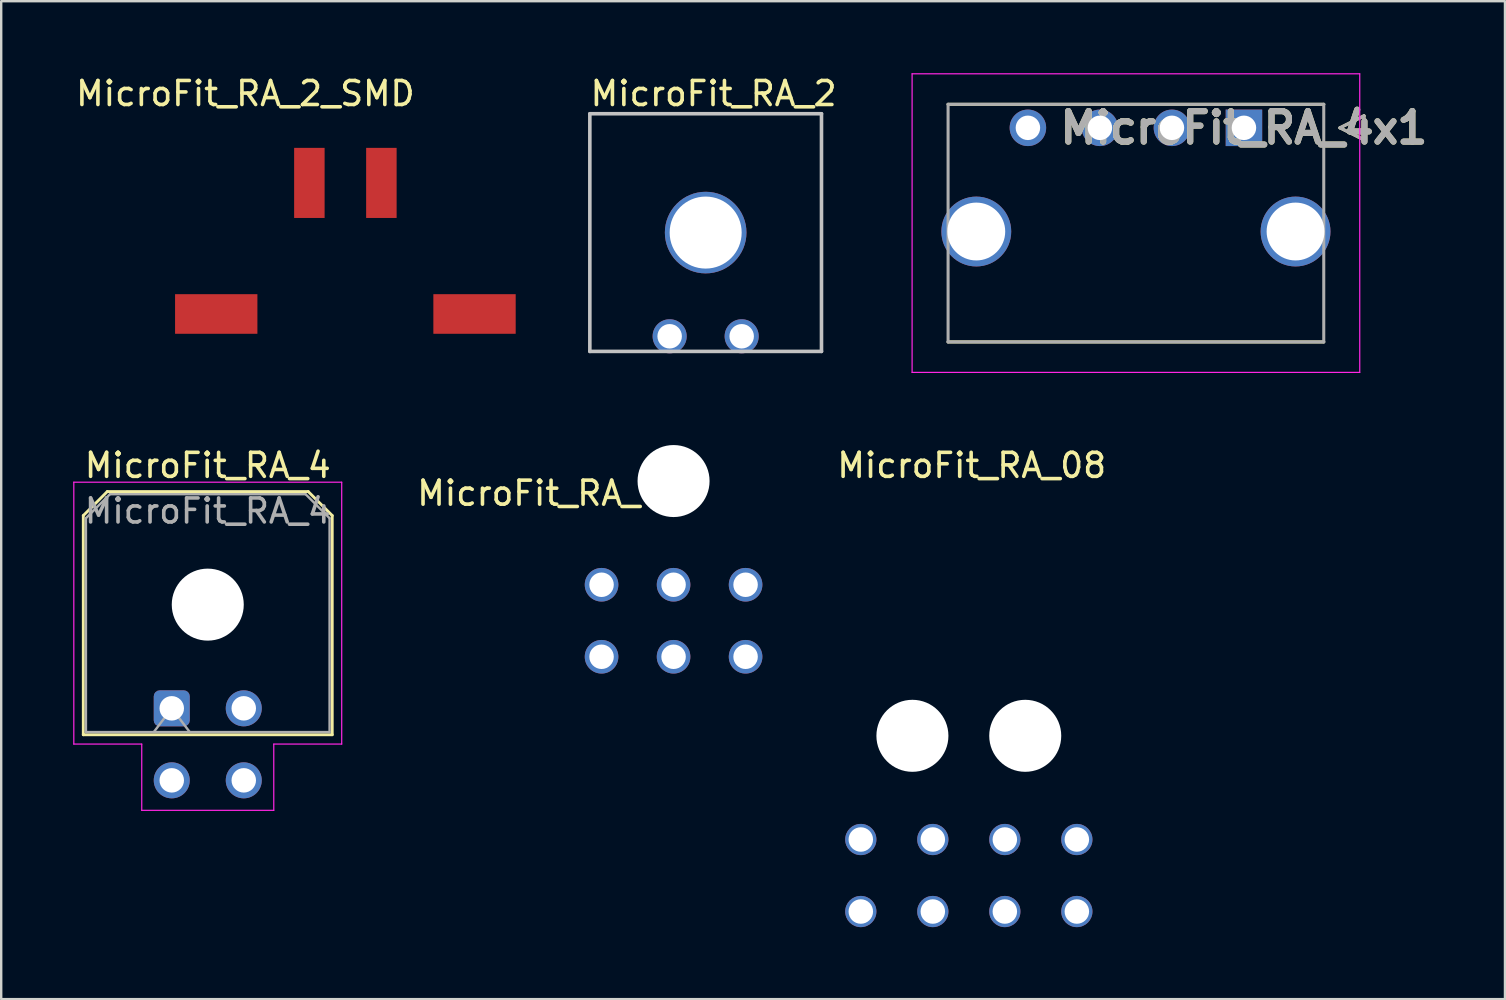
<source format=kicad_pcb>
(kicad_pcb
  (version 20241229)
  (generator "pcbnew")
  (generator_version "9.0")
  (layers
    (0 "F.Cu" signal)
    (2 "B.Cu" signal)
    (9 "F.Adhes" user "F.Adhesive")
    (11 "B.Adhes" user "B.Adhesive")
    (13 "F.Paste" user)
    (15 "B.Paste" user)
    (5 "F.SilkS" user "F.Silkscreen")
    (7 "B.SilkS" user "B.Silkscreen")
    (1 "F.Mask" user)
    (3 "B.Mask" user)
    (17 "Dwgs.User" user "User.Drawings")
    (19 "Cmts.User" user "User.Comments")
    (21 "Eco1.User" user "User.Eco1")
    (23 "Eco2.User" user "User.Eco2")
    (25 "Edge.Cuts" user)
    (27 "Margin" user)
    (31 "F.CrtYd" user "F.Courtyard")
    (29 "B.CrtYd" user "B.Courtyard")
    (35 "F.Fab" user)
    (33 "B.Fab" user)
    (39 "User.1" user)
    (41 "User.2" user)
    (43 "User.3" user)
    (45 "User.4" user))
  (footprint "MicroFit_RA_06"
    (layer "F.Cu")
    (at 25.01 16.99)
    (property "Reference" "MicroFit_RA_06" (at -5.08 0.508 180) (layer "F.SilkS") (effects (font (size 1 1) (thickness 0.15))))
    (attr through_hole)
    (pad "" np_thru_hole circle (at 0 0 180) (size 3 3) (drill 3) (layers "*.Cu" "*.Mask"))
    (pad "1" thru_hole circle (at -3 4.32 180) (size 1.4 1.4) (drill 1.02) (layers "*.Cu" "*.Mask"))
    (pad "2" thru_hole circle (at 0 4.32 180) (size 1.4 1.4) (drill 1.02) (layers "*.Cu" "*.Mask"))
    (pad "3" thru_hole circle (at 3 4.32 180) (size 1.4 1.4) (drill 1.02) (layers "*.Cu" "*.Mask"))
    (pad "4" thru_hole circle (at -3 7.32 180) (size 1.4 1.4) (drill 1.02) (layers "*.Cu" "*.Mask"))
    (pad "5" thru_hole circle (at 0 7.32 180) (size 1.4 1.4) (drill 1.02) (layers "*.Cu" "*.Mask"))
    (pad "6" thru_hole circle (at 3 7.32 180) (size 1.4 1.4) (drill 1.02) (layers "*.Cu" "*.Mask")))
  (footprint "MicroFit_RA_2_SMD"
    (layer "F.Cu")
    (at 11.338 7.3)
    (property "Reference" "MicroFit_RA_2_SMD" (at -4.166 -6.452 0) (layer "F.SilkS") (effects (font (size 1 1) (thickness 0.15))))
    (attr through_hole)
    (pad "1" smd rect (at 1.5 -2.73) (size 1.27 2.92) (layers "F.Cu" "F.Mask" "F.Paste"))
    (pad "2" smd rect (at -1.5 -2.73) (size 1.27 2.92) (layers "F.Cu" "F.Mask" "F.Paste"))
    (pad "3" smd rect (at 5.38 2.73) (size 3.43 1.65) (layers "F.Cu" "F.Mask" "F.Paste"))
    (pad "4" smd rect (at -5.38 2.73) (size 3.43 1.65) (layers "F.Cu" "F.Mask" "F.Paste")))
  (footprint "MicroFit_RA_2"
    (layer "F.Cu")
    (at 26.347 6.639)
    (property "Reference" "MicroFit_RA_2" (at 0.33 -5.791 0) (layer "F.SilkS") (effects (font (size 1 1) (thickness 0.15))))
    (attr through_hole)
    (fp_line (start -4.825 -4.95) (end -4.825 4.95) (stroke (width 0.15) (type solid)) (layer "Dwgs.User"))
    (fp_line (start -4.825 -4.95) (end 4.825 -4.95) (stroke (width 0.15) (type solid)) (layer "Dwgs.User"))
    (fp_line (start -4.825 4.95) (end 4.825 4.95) (stroke (width 0.15) (type solid)) (layer "Dwgs.User"))
    (fp_line (start 4.825 -4.95) (end 4.825 4.95) (stroke (width 0.15) (type solid)) (layer "Dwgs.User"))
    (pad "" thru_hole circle (at 0 0) (size 3.4 3.4) (drill 3) (layers "*.Cu" "*.Mask"))
    (pad "1" thru_hole circle (at -1.5 4.32) (size 1.42 1.42) (drill 1.02) (layers "*.Cu" "*.Mask"))
    (pad "2" thru_hole circle (at 1.5 4.32) (size 1.42 1.42) (drill 1.02) (layers "*.Cu" "*.Mask")))
  (footprint "MicroFit_RA_4x1"
    (layer "F.Cu")
    (at 48.771 2.275)
    (property "Reference" "MicroFit_RA_4x1" (at 0 0 0) (layer "F.SilkS") (effects (font (size 1.27 1.27) (thickness 0.254))))
    (attr through_hole)
    (fp_line (start -12.325 -0.98) (end 3.325 -0.98) (stroke (width 0.127) (type solid)) (layer "F.SilkS"))
    (fp_line (start 3.325 8.92) (end -12.325 8.92) (stroke (width 0.127) (type solid)) (layer "F.SilkS"))
    (fp_line (start 4 0) (end 5 -0.5) (stroke (width 0.127) (type solid)) (layer "F.SilkS"))
    (fp_line (start 5 -0.5) (end 5 0.5) (stroke (width 0.127) (type solid)) (layer "F.SilkS"))
    (fp_line (start 5 0.5) (end 4 0) (stroke (width 0.127) (type solid)) (layer "F.SilkS"))
    (fp_line (start -13.824 -2.25) (end 4.824 -2.25) (stroke (width 0.05) (type solid)) (layer "F.CrtYd"))
    (fp_line (start -13.824 10.19) (end -13.824 -2.25) (stroke (width 0.05) (type solid)) (layer "F.CrtYd"))
    (fp_line (start 4.824 -2.25) (end 4.824 10.19) (stroke (width 0.05) (type solid)) (layer "F.CrtYd"))
    (fp_line (start 4.824 10.19) (end -13.824 10.19) (stroke (width 0.05) (type solid)) (layer "F.CrtYd"))
    (fp_line (start -12.325 -0.98) (end 3.325 -0.98) (stroke (width 0.127) (type solid)) (layer "F.Fab"))
    (fp_line (start -12.325 8.92) (end -12.325 -0.98) (stroke (width 0.127) (type solid)) (layer "F.Fab"))
    (fp_line (start 3.325 -0.98) (end 3.325 8.92) (stroke (width 0.127) (type solid)) (layer "F.Fab"))
    (fp_line (start 3.325 8.92) (end -12.325 8.92) (stroke (width 0.127) (type solid)) (layer "F.Fab"))
    (fp_line (start 4 0) (end 5 -0.5) (stroke (width 0.127) (type solid)) (layer "F.Fab"))
    (fp_line (start 5 -0.5) (end 5 0.5) (stroke (width 0.127) (type solid)) (layer "F.Fab"))
    (fp_line (start 5 0.5) (end 4 0) (stroke (width 0.127) (type solid)) (layer "F.Fab"))
    (fp_text user "${REFERENCE}" (at 0 0 0) (layer "F.Fab") (effects (font (size 1.27 1.27) (thickness 0.254))))
    (pad "1" thru_hole rect (at 0 0) (size 1.52 1.52) (drill 1.02) (layers "*.Cu" "*.Mask"))
    (pad "2" thru_hole circle (at -3 0) (size 1.52 1.52) (drill 1.02) (layers "*.Cu" "*.Mask"))
    (pad "3" thru_hole circle (at -6 0) (size 1.52 1.52) (drill 1.02) (layers "*.Cu" "*.Mask"))
    (pad "4" thru_hole circle (at -9 0) (size 1.52 1.52) (drill 1.02) (layers "*.Cu" "*.Mask"))
    (pad "5" thru_hole circle (at 2.15 4.32) (size 2.91 2.91) (drill 2.41) (layers "*.Cu" "*.Mask"))
    (pad "6" thru_hole circle (at -11.15 4.32) (size 2.91 2.91) (drill 2.41) (layers "*.Cu" "*.Mask")))
  (footprint "MicroFit_RA_08"
    (layer "F.Cu")
    (at 37.43 27.514)
    (property "Reference" "MicroFit_RA_08" (at 0 -11.176 0) (layer "F.SilkS") (effects (font (size 1 1) (thickness 0.15))))
    (attr through_hole)
    (pad "" np_thru_hole circle (at -2.47 0.089 180) (size 3 3) (drill 3) (layers "*.Cu" "*.Mask"))
    (pad "" np_thru_hole circle (at 2.23 0.089 180) (size 3 3) (drill 3) (layers "*.Cu" "*.Mask"))
    (pad "1" thru_hole circle (at -4.62 4.409 180) (size 1.3 1.3) (drill 1.02) (layers "*.Cu" "*.Mask"))
    (pad "2" thru_hole circle (at -1.62 4.409 180) (size 1.3 1.3) (drill 1.02) (layers "*.Cu" "*.Mask"))
    (pad "3" thru_hole circle (at 1.38 4.409 180) (size 1.3 1.3) (drill 1.02) (layers "*.Cu" "*.Mask"))
    (pad "4" thru_hole circle (at 4.38 4.409 180) (size 1.3 1.3) (drill 1.02) (layers "*.Cu" "*.Mask"))
    (pad "5" thru_hole circle (at -4.62 7.409 180) (size 1.3 1.3) (drill 1.02) (layers "*.Cu" "*.Mask"))
    (pad "6" thru_hole circle (at -1.62 7.409 180) (size 1.3 1.3) (drill 1.02) (layers "*.Cu" "*.Mask"))
    (pad "7" thru_hole circle (at 1.38 7.409 180) (size 1.3 1.3) (drill 1.02) (layers "*.Cu" "*.Mask"))
    (pad "8" thru_hole circle (at 4.38 7.409 180) (size 1.3 1.3) (drill 1.02) (layers "*.Cu" "*.Mask")))
  (footprint "MicroFit_RA_4"
    (layer "F.Cu")
    (at 4.105 26.458)
    (property "Reference" "MicroFit_RA_4" (at 1.5 -10.12 0) (layer "F.SilkS") (effects (font (size 1 1) (thickness 0.15))))
    (attr through_hole)
    (fp_line (start -3.685 -8.03) (end -2.685 -9.03) (stroke (width 0.12) (type solid)) (layer "F.SilkS"))
    (fp_line (start -3.685 1.1) (end -3.685 -8.03) (stroke (width 0.12) (type solid)) (layer "F.SilkS"))
    (fp_line (start -2.685 -9.03) (end 5.685 -9.03) (stroke (width 0.12) (type solid)) (layer "F.SilkS"))
    (fp_line (start 5.685 -9.03) (end 6.685 -8.03) (stroke (width 0.12) (type solid)) (layer "F.SilkS"))
    (fp_line (start 6.685 -8.03) (end 6.685 1.1) (stroke (width 0.12) (type solid)) (layer "F.SilkS"))
    (fp_line (start 6.685 1.1) (end -3.685 1.1) (stroke (width 0.12) (type solid)) (layer "F.SilkS"))
    (fp_line (start -4.08 -9.42) (end 7.08 -9.42) (stroke (width 0.05) (type solid)) (layer "F.CrtYd"))
    (fp_line (start -4.08 1.49) (end -4.08 -9.42) (stroke (width 0.05) (type solid)) (layer "F.CrtYd"))
    (fp_line (start -1.25 1.49) (end -4.08 1.49) (stroke (width 0.05) (type solid)) (layer "F.CrtYd"))
    (fp_line (start -1.25 4.25) (end -1.25 1.49) (stroke (width 0.05) (type solid)) (layer "F.CrtYd"))
    (fp_line (start 4.25 1.49) (end 4.25 4.25) (stroke (width 0.05) (type solid)) (layer "F.CrtYd"))
    (fp_line (start 4.25 4.25) (end -1.25 4.25) (stroke (width 0.05) (type solid)) (layer "F.CrtYd"))
    (fp_line (start 7.08 -9.42) (end 7.08 1.49) (stroke (width 0.05) (type solid)) (layer "F.CrtYd"))
    (fp_line (start 7.08 1.49) (end 4.25 1.49) (stroke (width 0.05) (type solid)) (layer "F.CrtYd"))
    (fp_line (start -3.575 -7.92) (end -2.575 -8.92) (stroke (width 0.1) (type solid)) (layer "F.Fab"))
    (fp_line (start -3.575 0.99) (end -3.575 -7.92) (stroke (width 0.1) (type solid)) (layer "F.Fab"))
    (fp_line (start -2.575 -8.92) (end 5.575 -8.92) (stroke (width 0.1) (type solid)) (layer "F.Fab"))
    (fp_line (start -0.75 0.99) (end 0 0) (stroke (width 0.1) (type solid)) (layer "F.Fab"))
    (fp_line (start 0 0) (end 0.75 0.99) (stroke (width 0.1) (type solid)) (layer "F.Fab"))
    (fp_line (start 5.575 -8.92) (end 6.575 -7.92) (stroke (width 0.1) (type solid)) (layer "F.Fab"))
    (fp_line (start 6.575 -7.92) (end 6.575 0.99) (stroke (width 0.1) (type solid)) (layer "F.Fab"))
    (fp_line (start 6.575 0.99) (end -3.575 0.99) (stroke (width 0.1) (type solid)) (layer "F.Fab"))
    (fp_text user "${REFERENCE}" (at 1.5 -8.22 0) (layer "F.Fab") (effects (font (size 1 1) (thickness 0.15))))
    (pad "" np_thru_hole circle (at 1.5 -4.32) (size 3 3) (drill 3) (layers "*.Cu" "*.Mask"))
    (pad "1" thru_hole roundrect (at 0 0) (size 1.5 1.5) (drill 1.02) (layers "*.Cu" "*.Mask") (roundrect_rratio 0.167))
    (pad "2" thru_hole circle (at 3 0) (size 1.5 1.5) (drill 1.02) (layers "*.Cu" "*.Mask"))
    (pad "3" thru_hole circle (at 0 3) (size 1.5 1.5) (drill 1.02) (layers "*.Cu" "*.Mask"))
    (pad "4" thru_hole circle (at 3 3) (size 1.5 1.5) (drill 1.02) (layers "*.Cu" "*.Mask")))
  (gr_rect
    (start -3 -3)
    (end 59.645 38.573)
    (stroke (width 0.1) (type default))
    (fill no)
    (layer "Edge.Cuts")))
</source>
